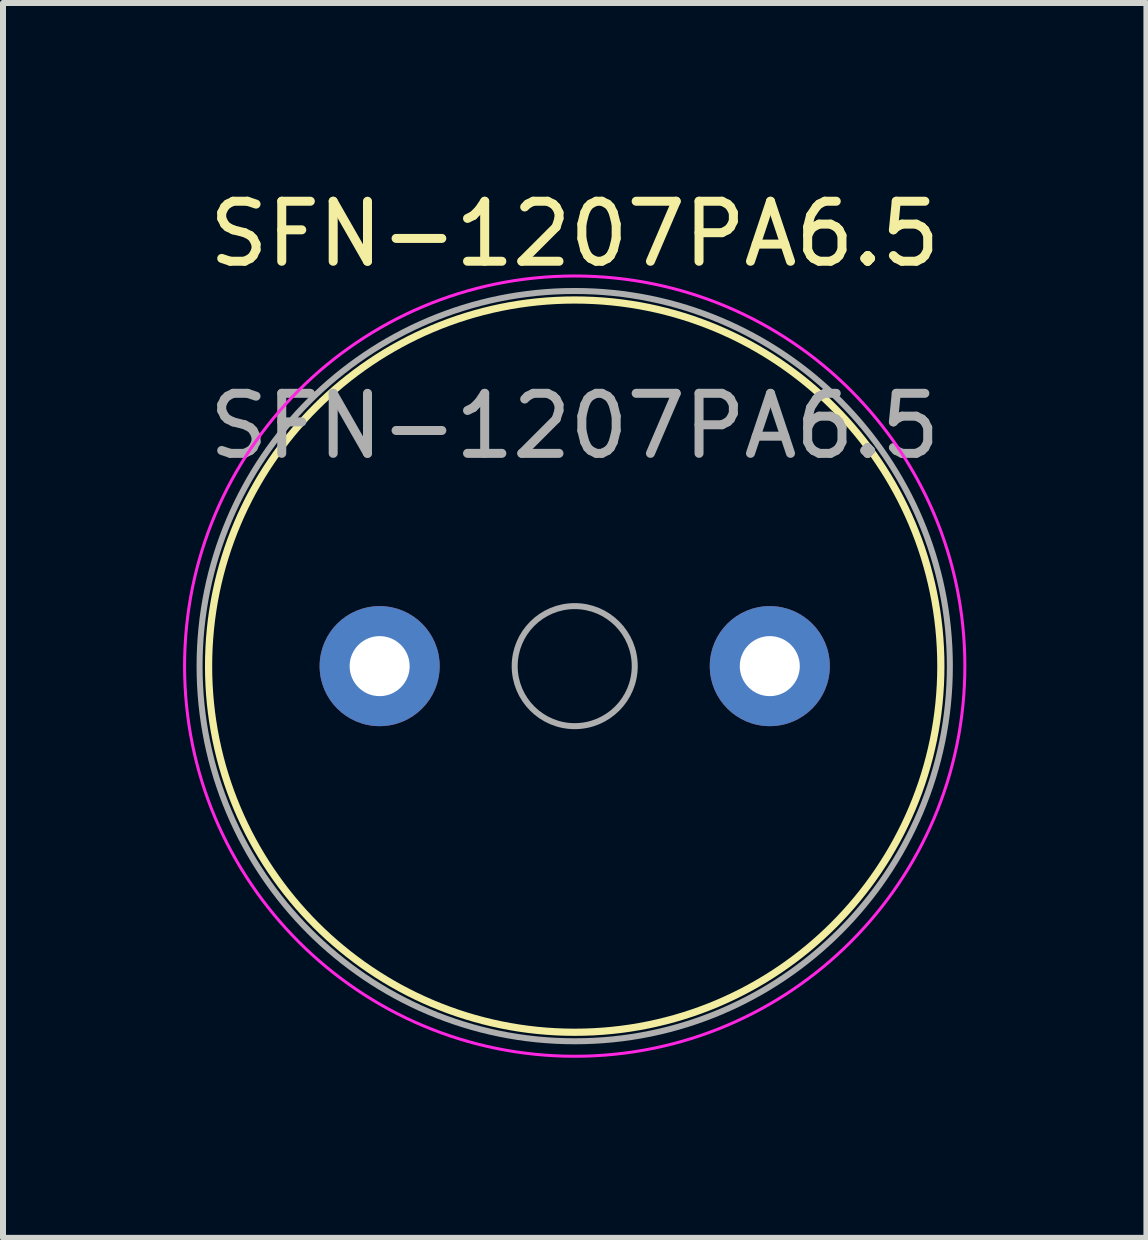
<source format=kicad_pcb>
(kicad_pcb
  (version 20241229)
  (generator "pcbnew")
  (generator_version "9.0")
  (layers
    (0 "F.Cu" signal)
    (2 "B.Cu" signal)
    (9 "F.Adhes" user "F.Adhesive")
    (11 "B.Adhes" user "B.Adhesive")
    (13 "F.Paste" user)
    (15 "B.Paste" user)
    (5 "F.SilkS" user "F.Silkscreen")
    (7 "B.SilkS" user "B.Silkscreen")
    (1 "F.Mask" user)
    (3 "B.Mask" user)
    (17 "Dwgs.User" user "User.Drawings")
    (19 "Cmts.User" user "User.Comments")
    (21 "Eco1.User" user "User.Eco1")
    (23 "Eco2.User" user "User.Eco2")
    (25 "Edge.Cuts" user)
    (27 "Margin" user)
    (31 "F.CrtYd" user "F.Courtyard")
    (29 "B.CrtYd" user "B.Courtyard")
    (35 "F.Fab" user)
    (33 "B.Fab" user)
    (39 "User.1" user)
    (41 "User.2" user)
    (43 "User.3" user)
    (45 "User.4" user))
  (footprint "SFN-1207PA6.5"
    (layer "F.Cu")
    (at 6.525 8.048)
    (property "Reference" "SFN-1207PA6.5" (at 0 -7.2 0) (layer "F.SilkS") (effects (font (size 1 1) (thickness 0.15))))
    (attr through_hole)
    (fp_circle (center 0 0) (end 6.1 0) (stroke (width 0.12) (type solid)) (fill no) (layer "F.SilkS"))
    (fp_circle (center 0 0) (end 6.5 0) (stroke (width 0.05) (type solid)) (fill no) (layer "F.CrtYd"))
    (fp_circle (center 0 0) (end 1 0) (stroke (width 0.1) (type solid)) (fill no) (layer "F.Fab"))
    (fp_circle (center 0 0) (end 6.25 0) (stroke (width 0.1) (type solid)) (fill no) (layer "F.Fab"))
    (fp_text user "${REFERENCE}" (at 0 -4 0) (layer "F.Fab") (effects (font (size 1 1) (thickness 0.15))))
    (pad "1" thru_hole circle (at -3.25 0) (size 2 2) (drill 1) (layers "*.Cu" "*.Mask"))
    (pad "2" thru_hole circle (at 3.25 0) (size 2 2) (drill 1) (layers "*.Cu" "*.Mask")))
  (gr_rect
    (start -3 -3)
    (end 16.05 17.573)
    (stroke (width 0.1) (type default))
    (fill no)
    (layer "Edge.Cuts")))
</source>
